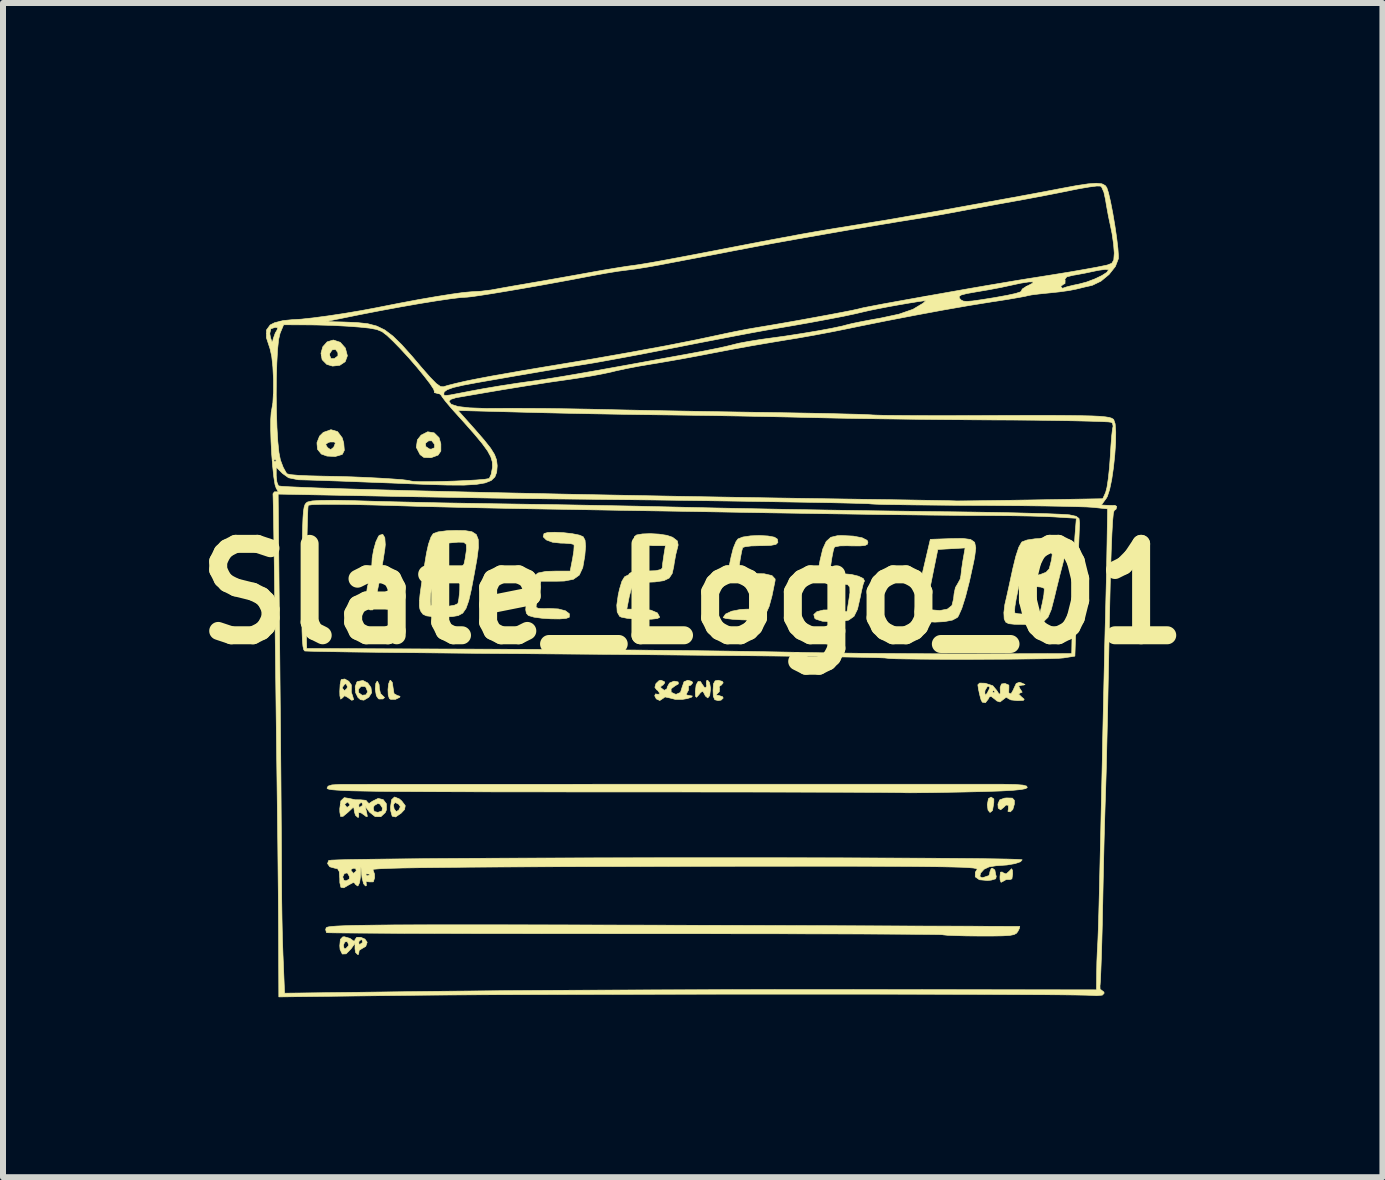
<source format=kicad_pcb>
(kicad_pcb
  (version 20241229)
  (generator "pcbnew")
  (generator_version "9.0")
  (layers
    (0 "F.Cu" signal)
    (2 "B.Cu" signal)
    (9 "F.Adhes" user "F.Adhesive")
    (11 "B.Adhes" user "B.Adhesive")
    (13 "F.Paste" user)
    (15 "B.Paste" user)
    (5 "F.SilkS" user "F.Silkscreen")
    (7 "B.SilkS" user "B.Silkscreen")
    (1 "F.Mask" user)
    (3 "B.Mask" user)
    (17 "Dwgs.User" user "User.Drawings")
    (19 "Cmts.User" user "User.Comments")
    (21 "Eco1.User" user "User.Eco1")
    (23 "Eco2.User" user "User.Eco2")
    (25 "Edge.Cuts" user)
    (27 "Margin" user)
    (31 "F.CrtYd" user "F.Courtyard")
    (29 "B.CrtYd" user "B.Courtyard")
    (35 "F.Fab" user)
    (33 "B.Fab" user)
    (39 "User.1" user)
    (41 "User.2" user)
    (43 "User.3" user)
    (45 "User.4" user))
  (footprint "Slate_Logo_01"
    (layer "F.Cu")
    (at 8.498 6.851)
    (property "Reference" "Slate_Logo_01" (at 0 0 0) (layer "F.SilkS") (effects (font (size 1.524 1.524) (thickness 0.3))))
    (attr through_hole)
    (fp_poly (pts (xy 5.02 3.418) (xy 5.019 3.482) (xy 5.004 3.571) (xy 4.998 3.609) (xy 4.962 3.64) (xy 4.953 3.641) (xy 4.923 3.604) (xy 4.911 3.515) (xy 4.911 3.514) (xy 4.93 3.413) (xy 4.974 3.387) (xy 5.02 3.418)) (stroke (width 0.01) (type solid)) (fill yes) (layer "F.SilkS"))
    (fp_poly (pts (xy -5.255 1.457) (xy -5.228 1.512) (xy -5.224 1.576) (xy -5.205 1.661) (xy -5.168 1.697) (xy -5.137 1.727) (xy -5.164 1.751) (xy -5.226 1.752) (xy -5.239 1.748) (xy -5.274 1.697) (xy -5.291 1.597) (xy -5.292 1.581) (xy -5.283 1.491) (xy -5.261 1.455) (xy -5.255 1.457)) (stroke (width 0.01) (type solid)) (fill yes) (layer "F.SilkS"))
    (fp_poly (pts (xy 5.33 4.607) (xy 5.333 4.67) (xy 5.321 4.75) (xy 5.29 4.761) (xy 5.225 4.762) (xy 5.184 4.785) (xy 5.14 4.808) (xy 5.124 4.767) (xy 5.122 4.717) (xy 5.13 4.639) (xy 5.158 4.635) (xy 5.172 4.647) (xy 5.224 4.669) (xy 5.276 4.623) (xy 5.315 4.581) (xy 5.33 4.607)) (stroke (width 0.01) (type solid)) (fill yes) (layer "F.SilkS"))
    (fp_poly (pts (xy -5.008 1.476) (xy -4.995 1.565) (xy -4.995 1.566) (xy -4.979 1.663) (xy -4.926 1.693) (xy -4.925 1.693) (xy -4.879 1.707) (xy -4.884 1.723) (xy -4.954 1.757) (xy -5.033 1.758) (xy -5.056 1.746) (xy -5.076 1.687) (xy -5.08 1.594) (xy -5.07 1.501) (xy -5.048 1.444) (xy -5.038 1.439) (xy -5.008 1.476)) (stroke (width 0.01) (type solid)) (fill yes) (layer "F.SilkS"))
    (fp_poly (pts (xy 5.329 3.404) (xy 5.362 3.441) (xy 5.362 3.504) (xy 5.336 3.593) (xy 5.295 3.633) (xy 5.255 3.626) (xy 5.262 3.583) (xy 5.263 3.524) (xy 5.222 3.519) (xy 5.186 3.556) (xy 5.133 3.599) (xy 5.093 3.571) (xy 5.088 3.503) (xy 5.118 3.433) (xy 5.199 3.404) (xy 5.236 3.401) (xy 5.329 3.404)) (stroke (width 0.01) (type solid)) (fill yes) (layer "F.SilkS"))
    (fp_poly (pts (xy 0.492 1.457) (xy 0.508 1.482) (xy 0.475 1.522) (xy 0.463 1.524) (xy 0.439 1.551) (xy 0.447 1.571) (xy 0.443 1.63) (xy 0.418 1.655) (xy 0.387 1.685) (xy 0.434 1.693) (xy 0.497 1.713) (xy 0.508 1.736) (xy 0.473 1.77) (xy 0.423 1.778) (xy 0.368 1.764) (xy 0.343 1.706) (xy 0.339 1.609) (xy 0.346 1.498) (xy 0.374 1.449) (xy 0.423 1.439) (xy 0.492 1.457)) (stroke (width 0.01) (type solid)) (fill yes) (layer "F.SilkS"))
    (fp_poly (pts (xy -4.891 3.417) (xy -4.85 3.453) (xy -4.792 3.53) (xy -4.804 3.594) (xy -4.861 3.655) (xy -4.953 3.718) (xy -5.01 3.705) (xy -5.035 3.615) (xy -5.038 3.556) (xy -5.032 3.513) (xy -4.99 3.513) (xy -4.978 3.582) (xy -4.943 3.629) (xy -4.901 3.605) (xy -4.874 3.548) (xy -4.901 3.506) (xy -4.961 3.476) (xy -4.99 3.513) (xy -5.032 3.513) (xy -5.021 3.432) (xy -4.971 3.385) (xy -4.891 3.417)) (stroke (width 0.01) (type solid)) (fill yes) (layer "F.SilkS"))
    (fp_poly (pts (xy -5.876 -4.195) (xy -5.791 -4.099) (xy -5.757 -3.97) (xy -5.793 -3.872) (xy -5.884 -3.811) (xy -6.004 -3.798) (xy -6.101 -3.827) (xy -6.178 -3.905) (xy -6.191 -3.979) (xy -6.054 -3.979) (xy -6.03 -3.923) (xy -5.974 -3.923) (xy -5.914 -3.97) (xy -5.915 -4.022) (xy -5.955 -4.076) (xy -6.011 -4.068) (xy -6.05 -4.01) (xy -6.054 -3.979) (xy -6.191 -3.979) (xy -6.197 -4.012) (xy -6.167 -4.12) (xy -6.094 -4.202) (xy -5.992 -4.233) (xy -5.876 -4.195)) (stroke (width 0.01) (type solid)) (fill yes) (layer "F.SilkS"))
    (fp_poly (pts (xy -5.418 1.484) (xy -5.364 1.56) (xy -5.352 1.647) (xy -5.4 1.722) (xy -5.482 1.771) (xy -5.538 1.763) (xy -5.58 1.727) (xy -5.62 1.646) (xy -5.624 1.589) (xy -5.573 1.589) (xy -5.569 1.647) (xy -5.511 1.689) (xy -5.447 1.682) (xy -5.419 1.632) (xy -5.447 1.559) (xy -5.465 1.543) (xy -5.528 1.541) (xy -5.573 1.589) (xy -5.624 1.589) (xy -5.627 1.546) (xy -5.599 1.47) (xy -5.588 1.46) (xy -5.498 1.443) (xy -5.418 1.484)) (stroke (width 0.01) (type solid)) (fill yes) (layer "F.SilkS"))
    (fp_poly (pts (xy 0.28 1.477) (xy 0.296 1.568) (xy 0.296 1.587) (xy 0.283 1.694) (xy 0.251 1.734) (xy 0.211 1.701) (xy 0.194 1.666) (xy 0.168 1.621) (xy 0.132 1.643) (xy 0.106 1.676) (xy 0.064 1.724) (xy 0.047 1.708) (xy 0.044 1.622) (xy 0.057 1.518) (xy 0.09 1.459) (xy 0.13 1.461) (xy 0.153 1.5) (xy 0.194 1.558) (xy 0.215 1.566) (xy 0.234 1.535) (xy 0.227 1.503) (xy 0.229 1.448) (xy 0.249 1.439) (xy 0.28 1.477)) (stroke (width 0.01) (type solid)) (fill yes) (layer "F.SilkS"))
    (fp_poly (pts (xy -4.31 -2.685) (xy -4.229 -2.605) (xy -4.199 -2.502) (xy -4.199 -2.381) (xy -4.245 -2.314) (xy -4.354 -2.274) (xy -4.365 -2.271) (xy -4.481 -2.275) (xy -4.545 -2.322) (xy -4.608 -2.444) (xy -4.598 -2.511) (xy -4.457 -2.511) (xy -4.449 -2.456) (xy -4.391 -2.417) (xy -4.36 -2.413) (xy -4.304 -2.437) (xy -4.304 -2.493) (xy -4.351 -2.553) (xy -4.403 -2.552) (xy -4.457 -2.511) (xy -4.598 -2.511) (xy -4.59 -2.568) (xy -4.528 -2.647) (xy -4.418 -2.703) (xy -4.31 -2.685)) (stroke (width 0.01) (type solid)) (fill yes) (layer "F.SilkS"))
    (fp_poly (pts (xy -5.133 -0.937) (xy -5.125 -0.821) (xy -5.132 -0.751) (xy -5.159 -0.576) (xy -5.193 -0.38) (xy -5.23 -0.182) (xy -5.267 0.001) (xy -5.299 0.149) (xy -5.324 0.243) (xy -5.334 0.266) (xy -5.38 0.267) (xy -5.414 0.238) (xy -5.44 0.156) (xy -5.443 0.027) (xy -5.424 -0.115) (xy -5.39 -0.237) (xy -5.349 -0.301) (xy -5.315 -0.363) (xy -5.333 -0.401) (xy -5.35 -0.473) (xy -5.344 -0.595) (xy -5.319 -0.736) (xy -5.282 -0.868) (xy -5.238 -0.961) (xy -5.223 -0.978) (xy -5.167 -0.993) (xy -5.133 -0.937)) (stroke (width 0.01) (type solid)) (fill yes) (layer "F.SilkS"))
    (fp_poly (pts (xy -5.921 -2.706) (xy -5.843 -2.602) (xy -5.818 -2.516) (xy -5.808 -2.394) (xy -5.84 -2.329) (xy -5.847 -2.324) (xy -5.96 -2.291) (xy -6.097 -2.298) (xy -6.191 -2.332) (xy -6.255 -2.411) (xy -6.262 -2.492) (xy -6.12 -2.492) (xy -6.089 -2.441) (xy -6.088 -2.44) (xy -6.037 -2.405) (xy -5.989 -2.442) (xy -5.983 -2.45) (xy -5.958 -2.513) (xy -5.973 -2.533) (xy -6.046 -2.533) (xy -6.078 -2.523) (xy -6.12 -2.492) (xy -6.262 -2.492) (xy -6.264 -2.521) (xy -6.221 -2.631) (xy -6.158 -2.693) (xy -6.031 -2.738) (xy -5.921 -2.706)) (stroke (width 0.01) (type solid)) (fill yes) (layer "F.SilkS"))
    (fp_poly (pts (xy -5.734 1.456) (xy -5.691 1.516) (xy -5.69 1.551) (xy -5.692 1.638) (xy -5.671 1.696) (xy -5.652 1.763) (xy -5.685 1.773) (xy -5.751 1.725) (xy -5.803 1.697) (xy -5.843 1.736) (xy -5.869 1.754) (xy -5.882 1.698) (xy -5.884 1.626) (xy -5.881 1.569) (xy -5.842 1.569) (xy -5.81 1.608) (xy -5.8 1.609) (xy -5.763 1.574) (xy -5.757 1.543) (xy -5.778 1.499) (xy -5.8 1.503) (xy -5.84 1.557) (xy -5.842 1.569) (xy -5.881 1.569) (xy -5.878 1.511) (xy -5.863 1.436) (xy -5.858 1.427) (xy -5.801 1.418) (xy -5.734 1.456)) (stroke (width 0.01) (type solid)) (fill yes) (layer "F.SilkS"))
    (fp_poly (pts (xy -5.714 5.742) (xy -5.681 5.766) (xy -5.639 5.795) (xy -5.63 5.763) (xy -5.6 5.724) (xy -5.534 5.724) (xy -5.464 5.754) (xy -5.427 5.807) (xy -5.451 5.876) (xy -5.502 5.905) (xy -5.561 5.942) (xy -5.565 5.972) (xy -5.571 6.009) (xy -5.586 6.011) (xy -5.621 5.976) (xy -5.63 5.917) (xy -5.63 5.823) (xy -5.696 5.917) (xy -5.778 6) (xy -5.842 6.003) (xy -5.879 5.928) (xy -5.884 5.863) (xy -5.883 5.855) (xy -5.824 5.855) (xy -5.812 5.911) (xy -5.786 5.915) (xy -5.739 5.866) (xy -5.736 5.849) (xy -5.756 5.8) (xy -5.567 5.8) (xy -5.563 5.839) (xy -5.548 5.842) (xy -5.505 5.811) (xy -5.503 5.8) (xy -5.518 5.758) (xy -5.522 5.757) (xy -5.558 5.787) (xy -5.567 5.8) (xy -5.756 5.8) (xy -5.758 5.795) (xy -5.8 5.802) (xy -5.824 5.855) (xy -5.883 5.855) (xy -5.874 5.759) (xy -5.835 5.718) (xy -5.808 5.715) (xy -5.714 5.742)) (stroke (width 0.01) (type solid)) (fill yes) (layer "F.SilkS"))
    (fp_poly (pts (xy 4.632 -0.908) (xy 4.7 -0.86) (xy 4.719 -0.766) (xy 4.7 -0.617) (xy 4.682 -0.525) (xy 4.613 -0.21) (xy 4.547 0.048) (xy 4.485 0.243) (xy 4.43 0.366) (xy 4.412 0.392) (xy 4.33 0.436) (xy 4.195 0.462) (xy 4.037 0.47) (xy 3.885 0.46) (xy 3.767 0.43) (xy 3.724 0.4) (xy 3.705 0.361) (xy 3.701 0.296) (xy 3.711 0.203) (xy 3.911 0.203) (xy 3.919 0.24) (xy 3.94 0.257) (xy 3.967 0.264) (xy 4.119 0.277) (xy 4.245 0.253) (xy 4.319 0.195) (xy 4.323 0.186) (xy 4.349 0.079) (xy 4.357 -0.002) (xy 4.379 -0.106) (xy 4.413 -0.163) (xy 4.459 -0.247) (xy 4.471 -0.309) (xy 4.482 -0.41) (xy 4.502 -0.545) (xy 4.509 -0.584) (xy 4.541 -0.767) (xy 4.086 -0.741) (xy 4.017 -0.402) (xy 3.968 -0.158) (xy 3.934 0.016) (xy 3.915 0.132) (xy 3.911 0.203) (xy 3.711 0.203) (xy 3.713 0.192) (xy 3.742 0.037) (xy 3.791 -0.183) (xy 3.815 -0.288) (xy 3.961 -0.91) (xy 4.302 -0.922) (xy 4.503 -0.925) (xy 4.632 -0.908)) (stroke (width 0.01) (type solid)) (fill yes) (layer "F.SilkS"))
    (fp_poly (pts (xy -0.015 1.458) (xy 0 1.482) (xy -0.033 1.522) (xy -0.049 1.524) (xy -0.078 1.541) (xy -0.071 1.552) (xy -0.07 1.603) (xy -0.09 1.637) (xy -0.111 1.682) (xy -0.062 1.693) (xy -0.006 1.702) (xy -0.019 1.721) (xy -0.088 1.744) (xy -0.17 1.758) (xy -0.291 1.758) (xy -0.384 1.734) (xy -0.463 1.717) (xy -0.487 1.736) (xy -0.549 1.777) (xy -0.607 1.75) (xy -0.634 1.698) (xy -0.62 1.666) (xy -0.593 1.672) (xy -0.554 1.671) (xy -0.55 1.657) (xy -0.584 1.607) (xy -0.6 1.599) (xy -0.631 1.557) (xy -0.613 1.495) (xy -0.563 1.447) (xy -0.53 1.439) (xy -0.473 1.462) (xy -0.466 1.482) (xy -0.498 1.522) (xy -0.51 1.524) (xy -0.536 1.55) (xy -0.529 1.566) (xy -0.475 1.607) (xy -0.431 1.584) (xy -0.423 1.55) (xy -0.388 1.486) (xy -0.312 1.454) (xy -0.243 1.467) (xy -0.239 1.5) (xy -0.293 1.531) (xy -0.361 1.582) (xy -0.359 1.639) (xy -0.292 1.671) (xy -0.272 1.672) (xy -0.204 1.642) (xy -0.177 1.556) (xy -0.145 1.464) (xy -0.082 1.439) (xy -0.015 1.458)) (stroke (width 0.01) (type solid)) (fill yes) (layer "F.SilkS"))
    (fp_poly (pts (xy -2.153 -1.021) (xy -2.007 -1.004) (xy -1.888 -0.98) (xy -1.826 -0.953) (xy -1.795 -0.895) (xy -1.786 -0.793) (xy -1.799 -0.635) (xy -1.833 -0.439) (xy -1.891 -0.314) (xy -1.989 -0.244) (xy -2.141 -0.215) (xy -2.26 -0.212) (xy -2.531 -0.212) (xy -2.559 -0.053) (xy -2.583 0.072) (xy -2.606 0.17) (xy -2.608 0.18) (xy -2.611 0.222) (xy -2.574 0.242) (xy -2.479 0.246) (xy -2.401 0.243) (xy -2.242 0.25) (xy -2.122 0.281) (xy -2.056 0.331) (xy -2.058 0.389) (xy -2.111 0.408) (xy -2.223 0.417) (xy -2.366 0.415) (xy -2.516 0.405) (xy -2.647 0.387) (xy -2.732 0.362) (xy -2.742 0.357) (xy -2.773 0.322) (xy -2.784 0.264) (xy -2.776 0.164) (xy -2.749 0.003) (xy -2.711 -0.174) (xy -2.66 -0.287) (xy -2.578 -0.349) (xy -2.446 -0.376) (xy -2.268 -0.381) (xy -2.043 -0.381) (xy -2.002 -0.592) (xy -1.982 -0.716) (xy -1.977 -0.803) (xy -1.982 -0.825) (xy -2.034 -0.838) (xy -2.14 -0.846) (xy -2.203 -0.847) (xy -2.338 -0.862) (xy -2.44 -0.9) (xy -2.493 -0.952) (xy -2.479 -1.006) (xy -2.417 -1.024) (xy -2.299 -1.028) (xy -2.153 -1.021)) (stroke (width 0.01) (type solid)) (fill yes) (layer "F.SilkS"))
    (fp_poly (pts (xy -0.562 -0.997) (xy -0.431 -0.977) (xy -0.337 -0.945) (xy -0.334 -0.943) (xy -0.256 -0.883) (xy -0.243 -0.815) (xy -0.255 -0.766) (xy -0.283 -0.655) (xy -0.309 -0.51) (xy -0.316 -0.459) (xy -0.342 -0.341) (xy -0.392 -0.265) (xy -0.482 -0.221) (xy -0.63 -0.2) (xy -0.778 -0.194) (xy -0.9 -0.187) (xy -0.976 -0.157) (xy -1.022 -0.088) (xy -1.057 0.04) (xy -1.072 0.116) (xy -1.099 0.254) (xy -0.875 0.254) (xy -0.699 0.27) (xy -0.588 0.317) (xy -0.55 0.389) (xy -0.588 0.41) (xy -0.686 0.421) (xy -0.82 0.424) (xy -0.964 0.419) (xy -1.096 0.406) (xy -1.19 0.387) (xy -1.219 0.373) (xy -1.259 0.301) (xy -1.266 0.188) (xy -1.242 0.018) (xy -1.22 -0.081) (xy -1.181 -0.21) (xy -1.136 -0.285) (xy -1.115 -0.296) (xy -1.063 -0.322) (xy -1.058 -0.339) (xy -1.019 -0.361) (xy -0.916 -0.376) (xy -0.783 -0.381) (xy -0.617 -0.387) (xy -0.528 -0.408) (xy -0.508 -0.434) (xy -0.501 -0.508) (xy -0.484 -0.624) (xy -0.481 -0.646) (xy -0.455 -0.804) (xy -0.663 -0.804) (xy -0.839 -0.823) (xy -0.944 -0.876) (xy -0.974 -0.952) (xy -0.936 -0.983) (xy -0.839 -1) (xy -0.706 -1.005) (xy -0.562 -0.997)) (stroke (width 0.01) (type solid)) (fill yes) (layer "F.SilkS"))
    (fp_poly (pts (xy 1.254 -0.966) (xy 1.362 -0.946) (xy 1.411 -0.914) (xy 1.42 -0.859) (xy 1.388 -0.826) (xy 1.3 -0.809) (xy 1.142 -0.804) (xy 1.117 -0.804) (xy 0.976 -0.8) (xy 0.873 -0.787) (xy 0.833 -0.773) (xy 0.817 -0.715) (xy 0.796 -0.604) (xy 0.785 -0.536) (xy 0.756 -0.33) (xy 0.981 -0.339) (xy 1.191 -0.336) (xy 1.321 -0.306) (xy 1.374 -0.249) (xy 1.373 -0.219) (xy 1.322 0.031) (xy 1.274 0.208) (xy 1.221 0.326) (xy 1.152 0.395) (xy 1.058 0.428) (xy 0.928 0.435) (xy 0.815 0.432) (xy 0.666 0.423) (xy 0.557 0.41) (xy 0.509 0.396) (xy 0.508 0.394) (xy 0.547 0.336) (xy 0.649 0.288) (xy 0.792 0.26) (xy 0.873 0.255) (xy 1.001 0.251) (xy 1.069 0.232) (xy 1.101 0.185) (xy 1.117 0.122) (xy 1.142 -0.03) (xy 1.137 -0.117) (xy 1.09 -0.158) (xy 0.992 -0.169) (xy 0.951 -0.169) (xy 0.819 -0.184) (xy 0.696 -0.221) (xy 0.605 -0.27) (xy 0.568 -0.322) (xy 0.573 -0.341) (xy 0.592 -0.399) (xy 0.618 -0.513) (xy 0.64 -0.62) (xy 0.676 -0.762) (xy 0.722 -0.873) (xy 0.755 -0.917) (xy 0.837 -0.949) (xy 0.965 -0.968) (xy 1.113 -0.974) (xy 1.254 -0.966)) (stroke (width 0.01) (type solid)) (fill yes) (layer "F.SilkS"))
    (fp_poly (pts (xy 2.677 -0.964) (xy 2.824 -0.936) (xy 2.907 -0.893) (xy 2.921 -0.863) (xy 2.912 -0.828) (xy 2.873 -0.808) (xy 2.789 -0.8) (xy 2.642 -0.801) (xy 2.576 -0.803) (xy 2.455 -0.801) (xy 2.375 -0.786) (xy 2.359 -0.775) (xy 2.342 -0.716) (xy 2.32 -0.604) (xy 2.31 -0.54) (xy 2.281 -0.339) (xy 2.506 -0.337) (xy 2.643 -0.325) (xy 2.762 -0.296) (xy 2.843 -0.257) (xy 2.864 -0.215) (xy 2.857 -0.204) (xy 2.839 -0.154) (xy 2.813 -0.046) (xy 2.79 0.067) (xy 2.747 0.255) (xy 2.689 0.373) (xy 2.599 0.437) (xy 2.46 0.463) (xy 2.348 0.466) (xy 2.161 0.455) (xy 2.053 0.421) (xy 2.034 0.405) (xy 2.018 0.343) (xy 2.071 0.295) (xy 2.179 0.268) (xy 2.327 0.266) (xy 2.371 0.271) (xy 2.571 0.298) (xy 2.597 0.138) (xy 2.621 -0.019) (xy 2.619 -0.111) (xy 2.583 -0.155) (xy 2.501 -0.168) (xy 2.421 -0.169) (xy 2.284 -0.18) (xy 2.173 -0.208) (xy 2.142 -0.224) (xy 2.103 -0.261) (xy 2.088 -0.313) (xy 2.094 -0.402) (xy 2.121 -0.551) (xy 2.121 -0.552) (xy 2.168 -0.749) (xy 2.225 -0.874) (xy 2.302 -0.944) (xy 2.413 -0.971) (xy 2.478 -0.974) (xy 2.677 -0.964)) (stroke (width 0.01) (type solid)) (fill yes) (layer "F.SilkS"))
    (fp_poly (pts (xy -5.724 3.41) (xy -5.627 3.431) (xy -5.535 3.432) (xy -5.447 3.441) (xy -5.419 3.475) (xy -5.396 3.495) (xy -5.34 3.456) (xy -5.244 3.409) (xy -5.16 3.429) (xy -5.107 3.498) (xy -5.106 3.599) (xy -5.124 3.644) (xy -5.199 3.714) (xy -5.294 3.712) (xy -5.387 3.639) (xy -5.394 3.63) (xy -5.44 3.567) (xy -5.326 3.567) (xy -5.311 3.627) (xy -5.249 3.641) (xy -5.18 3.619) (xy -5.173 3.567) (xy -5.214 3.504) (xy -5.249 3.493) (xy -5.309 3.528) (xy -5.326 3.567) (xy -5.44 3.567) (xy -5.463 3.535) (xy -5.436 3.641) (xy -5.424 3.71) (xy -5.445 3.711) (xy -5.465 3.694) (xy -5.528 3.65) (xy -5.571 3.645) (xy -5.568 3.681) (xy -5.567 3.683) (xy -5.569 3.722) (xy -5.583 3.725) (xy -5.622 3.69) (xy -5.638 3.638) (xy -5.652 3.55) (xy -5.745 3.638) (xy -5.829 3.708) (xy -5.87 3.71) (xy -5.883 3.636) (xy -5.884 3.58) (xy -5.875 3.514) (xy -5.8 3.514) (xy -5.767 3.555) (xy -5.757 3.556) (xy -5.716 3.524) (xy -5.715 3.514) (xy -5.567 3.514) (xy -5.563 3.553) (xy -5.548 3.556) (xy -5.505 3.525) (xy -5.503 3.514) (xy -5.518 3.472) (xy -5.522 3.471) (xy -5.558 3.501) (xy -5.567 3.514) (xy -5.715 3.514) (xy -5.747 3.473) (xy -5.757 3.471) (xy -5.798 3.504) (xy -5.8 3.514) (xy -5.875 3.514) (xy -5.866 3.45) (xy -5.809 3.396) (xy -5.724 3.41)) (stroke (width 0.01) (type solid)) (fill yes) (layer "F.SilkS"))
    (fp_poly (pts (xy 5.482 1.484) (xy 5.54 1.51) (xy 5.519 1.519) (xy 5.488 1.521) (xy 5.434 1.534) (xy 5.454 1.579) (xy 5.461 1.587) (xy 5.492 1.638) (xy 5.458 1.652) (xy 5.456 1.652) (xy 5.433 1.67) (xy 5.48 1.716) (xy 5.526 1.756) (xy 5.513 1.774) (xy 5.428 1.778) (xy 5.406 1.778) (xy 5.305 1.767) (xy 5.252 1.74) (xy 5.249 1.733) (xy 5.225 1.722) (xy 5.181 1.756) (xy 5.123 1.801) (xy 5.072 1.785) (xy 5.034 1.753) (xy 4.973 1.706) (xy 4.943 1.719) (xy 4.928 1.751) (xy 4.88 1.813) (xy 4.828 1.805) (xy 4.807 1.767) (xy 4.786 1.689) (xy 4.776 1.643) (xy 4.869 1.643) (xy 4.876 1.69) (xy 4.905 1.66) (xy 4.911 1.651) (xy 4.921 1.63) (xy 4.995 1.63) (xy 5.016 1.651) (xy 5.038 1.63) (xy 5.016 1.609) (xy 4.995 1.63) (xy 4.921 1.63) (xy 4.947 1.579) (xy 4.952 1.553) (xy 4.926 1.538) (xy 4.911 1.545) (xy 4.874 1.606) (xy 4.869 1.643) (xy 4.776 1.643) (xy 4.765 1.595) (xy 4.753 1.515) (xy 4.783 1.486) (xy 4.876 1.489) (xy 4.876 1.489) (xy 5.002 1.53) (xy 5.068 1.609) (xy 5.109 1.673) (xy 5.128 1.656) (xy 5.125 1.558) (xy 5.148 1.501) (xy 5.206 1.493) (xy 5.27 1.52) (xy 5.271 1.558) (xy 5.268 1.64) (xy 5.278 1.663) (xy 5.309 1.662) (xy 5.348 1.593) (xy 5.352 1.58) (xy 5.393 1.493) (xy 5.444 1.473) (xy 5.482 1.484)) (stroke (width 0.01) (type solid)) (fill yes) (layer "F.SilkS"))
    (fp_poly (pts (xy -3.32 5.516) (xy -2.747 5.517) (xy -2.102 5.518) (xy -1.382 5.52) (xy -0.582 5.522) (xy -0.324 5.523) (xy 0.368 5.525) (xy 1.036 5.527) (xy 1.675 5.529) (xy 2.281 5.531) (xy 2.85 5.533) (xy 3.375 5.535) (xy 3.852 5.537) (xy 4.277 5.538) (xy 4.644 5.539) (xy 4.948 5.541) (xy 5.185 5.542) (xy 5.35 5.542) (xy 5.438 5.543) (xy 5.452 5.543) (xy 5.445 5.577) (xy 5.421 5.625) (xy 5.397 5.657) (xy 5.356 5.679) (xy 5.284 5.693) (xy 5.166 5.7) (xy 4.99 5.703) (xy 4.785 5.703) (xy 4.569 5.701) (xy 4.386 5.696) (xy 4.251 5.691) (xy 4.179 5.684) (xy 4.172 5.682) (xy 4.128 5.679) (xy 4.005 5.677) (xy 3.807 5.675) (xy 3.54 5.673) (xy 3.209 5.671) (xy 2.82 5.669) (xy 2.377 5.668) (xy 1.885 5.667) (xy 1.351 5.665) (xy 0.778 5.665) (xy 0.173 5.664) (xy -0.461 5.664) (xy -0.961 5.664) (xy -1.612 5.663) (xy -2.24 5.663) (xy -2.838 5.662) (xy -3.403 5.662) (xy -3.929 5.66) (xy -4.411 5.659) (xy -4.843 5.658) (xy -5.22 5.656) (xy -5.537 5.654) (xy -5.789 5.652) (xy -5.971 5.65) (xy -6.078 5.648) (xy -6.105 5.646) (xy -6.119 5.597) (xy -6.111 5.567) (xy -6.099 5.558) (xy -6.069 5.55) (xy -6.015 5.543) (xy -5.934 5.537) (xy -5.822 5.532) (xy -5.674 5.527) (xy -5.488 5.524) (xy -5.258 5.521) (xy -4.981 5.518) (xy -4.653 5.517) (xy -4.269 5.516) (xy -3.827 5.516) (xy -3.32 5.516)) (stroke (width 0.01) (type solid)) (fill yes) (layer "F.SilkS"))
    (fp_poly (pts (xy 3.494 3.173) (xy 3.92 3.173) (xy 4.296 3.173) (xy 4.614 3.173) (xy 4.868 3.173) (xy 5.052 3.173) (xy 5.16 3.173) (xy 5.179 3.173) (xy 5.379 3.177) (xy 5.505 3.187) (xy 5.567 3.204) (xy 5.577 3.228) (xy 5.549 3.246) (xy 5.471 3.261) (xy 5.337 3.274) (xy 5.14 3.285) (xy 4.873 3.294) (xy 4.533 3.302) (xy 4.248 3.307) (xy 3.992 3.312) (xy 3.777 3.314) (xy 3.616 3.315) (xy 3.519 3.314) (xy 3.496 3.312) (xy 3.453 3.311) (xy 3.331 3.31) (xy 3.135 3.308) (xy 2.87 3.307) (xy 2.542 3.306) (xy 2.156 3.305) (xy 1.717 3.304) (xy 1.231 3.303) (xy 0.703 3.302) (xy 0.139 3.302) (xy -0.457 3.301) (xy -1.078 3.301) (xy -1.305 3.301) (xy -2.052 3.301) (xy -2.718 3.3) (xy -3.308 3.3) (xy -3.827 3.298) (xy -4.279 3.297) (xy -4.668 3.295) (xy -4.999 3.293) (xy -5.277 3.29) (xy -5.505 3.286) (xy -5.689 3.282) (xy -5.832 3.276) (xy -5.939 3.27) (xy -6.014 3.264) (xy -6.063 3.256) (xy -6.089 3.247) (xy -6.096 3.238) (xy -6.078 3.204) (xy -6.015 3.184) (xy -5.89 3.176) (xy -5.789 3.175) (xy -5.513 3.175) (xy -5.175 3.174) (xy -4.782 3.174) (xy -4.34 3.174) (xy -3.855 3.174) (xy -3.334 3.174) (xy -2.782 3.174) (xy -2.207 3.174) (xy -1.613 3.173) (xy -1.008 3.173) (xy -0.398 3.173) (xy 0.211 3.173) (xy 0.813 3.173) (xy 1.401 3.173) (xy 1.97 3.173) (xy 2.512 3.173) (xy 3.022 3.173) (xy 3.494 3.173)) (stroke (width 0.01) (type solid)) (fill yes) (layer "F.SilkS"))
    (fp_poly (pts (xy 6.017 -0.924) (xy 6.142 -0.909) (xy 6.211 -0.881) (xy 6.212 -0.88) (xy 6.229 -0.814) (xy 6.215 -0.691) (xy 6.176 -0.529) (xy 6.122 -0.321) (xy 6.065 -0.091) (xy 6.028 0.064) (xy 5.977 0.261) (xy 5.922 0.39) (xy 5.846 0.464) (xy 5.734 0.498) (xy 5.567 0.508) (xy 5.523 0.508) (xy 5.363 0.506) (xy 5.268 0.496) (xy 5.22 0.472) (xy 5.197 0.428) (xy 5.192 0.413) (xy 5.187 0.31) (xy 5.189 0.296) (xy 5.365 0.296) (xy 5.37 0.318) (xy 5.421 0.33) (xy 5.527 0.338) (xy 5.588 0.339) (xy 5.785 0.339) (xy 5.831 0.138) (xy 5.854 0.015) (xy 5.861 -0.073) (xy 5.857 -0.095) (xy 5.806 -0.114) (xy 5.701 -0.125) (xy 5.636 -0.127) (xy 5.435 -0.127) (xy 5.392 0.085) (xy 5.371 0.209) (xy 5.365 0.296) (xy 5.189 0.296) (xy 5.203 0.177) (xy 5.21 0.148) (xy 5.237 0.03) (xy 5.275 -0.141) (xy 5.317 -0.336) (xy 5.322 -0.358) (xy 5.513 -0.358) (xy 5.536 -0.306) (xy 5.607 -0.294) (xy 5.742 -0.312) (xy 5.793 -0.323) (xy 5.89 -0.361) (xy 5.942 -0.417) (xy 5.943 -0.418) (xy 5.982 -0.57) (xy 5.993 -0.658) (xy 5.967 -0.702) (xy 5.899 -0.719) (xy 5.817 -0.727) (xy 5.69 -0.729) (xy 5.611 -0.699) (xy 5.563 -0.62) (xy 5.528 -0.476) (xy 5.524 -0.454) (xy 5.513 -0.358) (xy 5.322 -0.358) (xy 5.335 -0.419) (xy 5.386 -0.627) (xy 5.436 -0.779) (xy 5.483 -0.862) (xy 5.49 -0.868) (xy 5.573 -0.899) (xy 5.706 -0.919) (xy 5.863 -0.927) (xy 6.017 -0.924)) (stroke (width 0.01) (type solid)) (fill yes) (layer "F.SilkS"))
    (fp_poly (pts (xy -3.791 -1.055) (xy -3.679 -1.036) (xy -3.608 -0.99) (xy -3.575 -0.907) (xy -3.572 -0.775) (xy -3.597 -0.582) (xy -3.642 -0.331) (xy -3.691 -0.072) (xy -3.734 0.114) (xy -3.779 0.241) (xy -3.834 0.32) (xy -3.909 0.361) (xy -4.011 0.378) (xy -4.15 0.381) (xy -4.169 0.381) (xy -4.335 0.378) (xy -4.437 0.366) (xy -4.495 0.34) (xy -4.53 0.295) (xy -4.531 0.293) (xy -4.548 0.253) (xy -4.557 0.201) (xy -4.556 0.125) (xy -4.555 0.112) (xy -4.374 0.112) (xy -4.369 0.184) (xy -4.365 0.193) (xy -4.305 0.211) (xy -4.198 0.215) (xy -4.076 0.206) (xy -3.972 0.188) (xy -3.916 0.162) (xy -3.914 0.159) (xy -3.899 0.084) (xy -3.886 -0.033) (xy -3.884 -0.058) (xy -3.883 -0.164) (xy -3.91 -0.214) (xy -3.984 -0.234) (xy -4.01 -0.237) (xy -4.184 -0.236) (xy -4.297 -0.182) (xy -4.356 -0.07) (xy -4.368 -0.001) (xy -4.374 0.112) (xy -4.555 0.112) (xy -4.546 0.012) (xy -4.524 -0.148) (xy -4.49 -0.367) (xy -4.481 -0.421) (xy -4.288 -0.421) (xy -4.053 -0.428) (xy -3.919 -0.435) (xy -3.847 -0.453) (xy -3.813 -0.497) (xy -3.795 -0.58) (xy -3.794 -0.588) (xy -3.771 -0.74) (xy -3.774 -0.825) (xy -3.816 -0.861) (xy -3.909 -0.863) (xy -3.99 -0.856) (xy -4.116 -0.843) (xy -4.202 -0.832) (xy -4.223 -0.827) (xy -4.234 -0.784) (xy -4.251 -0.685) (xy -4.26 -0.62) (xy -4.288 -0.421) (xy -4.481 -0.421) (xy -4.442 -0.657) (xy -4.439 -0.677) (xy -4.405 -0.829) (xy -4.363 -0.949) (xy -4.326 -1.005) (xy -4.246 -1.034) (xy -4.102 -1.053) (xy -3.949 -1.058) (xy -3.791 -1.055)) (stroke (width 0.01) (type solid)) (fill yes) (layer "F.SilkS"))
    (fp_poly (pts (xy 1.368 4.398) (xy 1.942 4.399) (xy 2.494 4.4) (xy 3.018 4.402) (xy 3.508 4.404) (xy 3.957 4.406) (xy 4.361 4.409) (xy 4.713 4.412) (xy 5.006 4.416) (xy 5.236 4.42) (xy 5.396 4.425) (xy 5.48 4.43) (xy 5.492 4.433) (xy 5.464 4.465) (xy 5.372 4.496) (xy 5.236 4.519) (xy 5.077 4.53) (xy 5.059 4.531) (xy 4.941 4.55) (xy 4.858 4.589) (xy 4.799 4.654) (xy 4.786 4.71) (xy 4.821 4.732) (xy 4.851 4.725) (xy 4.918 4.702) (xy 4.935 4.699) (xy 4.951 4.664) (xy 4.953 4.636) (xy 4.976 4.579) (xy 4.995 4.572) (xy 5.036 4.602) (xy 5.038 4.611) (xy 5.052 4.683) (xy 5.06 4.708) (xy 5.051 4.749) (xy 4.976 4.771) (xy 4.911 4.777) (xy 4.779 4.765) (xy 4.71 4.716) (xy 4.711 4.64) (xy 4.74 4.594) (xy 4.74 4.585) (xy 4.72 4.577) (xy 4.677 4.569) (xy 4.605 4.563) (xy 4.501 4.557) (xy 4.36 4.553) (xy 4.179 4.549) (xy 3.953 4.546) (xy 3.677 4.543) (xy 3.348 4.541) (xy 2.962 4.54) (xy 2.513 4.539) (xy 1.998 4.539) (xy 1.413 4.54) (xy 0.754 4.54) (xy 0.015 4.541) (xy -0.289 4.542) (xy -1.138 4.544) (xy -1.905 4.546) (xy -2.589 4.549) (xy -3.194 4.552) (xy -3.72 4.555) (xy -4.169 4.56) (xy -4.542 4.564) (xy -4.842 4.569) (xy -5.069 4.575) (xy -5.225 4.582) (xy -5.312 4.589) (xy -5.332 4.595) (xy -5.305 4.67) (xy -5.303 4.733) (xy -5.325 4.8) (xy -5.389 4.801) (xy -5.391 4.8) (xy -5.447 4.795) (xy -5.443 4.821) (xy -5.441 4.864) (xy -5.456 4.868) (xy -5.487 4.831) (xy -5.511 4.738) (xy -5.515 4.71) (xy -5.519 4.671) (xy -5.447 4.671) (xy -5.441 4.696) (xy -5.419 4.699) (xy -5.384 4.684) (xy -5.39 4.671) (xy -5.441 4.666) (xy -5.447 4.671) (xy -5.519 4.671) (xy -5.531 4.551) (xy -5.539 4.71) (xy -5.553 4.812) (xy -5.58 4.866) (xy -5.588 4.868) (xy -5.629 4.836) (xy -5.63 4.824) (xy -5.659 4.811) (xy -5.724 4.845) (xy -5.816 4.899) (xy -5.865 4.891) (xy -5.883 4.813) (xy -5.884 4.741) (xy -5.886 4.718) (xy -5.835 4.718) (xy -5.814 4.774) (xy -5.779 4.784) (xy -5.725 4.753) (xy -5.723 4.71) (xy -5.758 4.65) (xy -5.807 4.66) (xy -5.835 4.718) (xy -5.886 4.718) (xy -5.892 4.63) (xy -5.914 4.592) (xy -5.697 4.592) (xy -5.694 4.614) (xy -5.658 4.655) (xy -5.652 4.657) (xy -5.618 4.627) (xy -5.609 4.614) (xy -5.619 4.578) (xy -5.652 4.572) (xy -5.697 4.592) (xy -5.914 4.592) (xy -5.921 4.581) (xy -5.967 4.572) (xy -6.05 4.549) (xy -6.088 4.495) (xy -6.069 4.444) (xy -6.022 4.438) (xy -5.897 4.433) (xy -5.699 4.428) (xy -5.434 4.424) (xy -5.109 4.42) (xy -4.729 4.416) (xy -4.301 4.412) (xy -3.829 4.409) (xy -3.32 4.406) (xy -2.781 4.404) (xy -2.216 4.402) (xy -1.632 4.4) (xy -1.035 4.399) (xy -0.43 4.398) (xy 0.176 4.398) (xy 0.777 4.398) (xy 1.368 4.398)) (stroke (width 0.01) (type solid)) (fill yes) (layer "F.SilkS"))
    (fp_poly (pts (xy -5.661 -1.555) (xy -5.505 -1.55) (xy -5.262 -1.543) (xy -4.95 -1.535) (xy -4.588 -1.527) (xy -4.192 -1.518) (xy -3.779 -1.511) (xy -3.367 -1.504) (xy -3.09 -1.5) (xy -2.694 -1.494) (xy -2.291 -1.488) (xy -1.899 -1.481) (xy -1.532 -1.474) (xy -1.206 -1.468) (xy -0.937 -1.463) (xy -0.783 -1.459) (xy 0.361 -1.433) (xy 1.579 -1.409) (xy 2.86 -1.388) (xy 4.195 -1.37) (xy 4.23 -1.37) (xy 4.627 -1.365) (xy 5.004 -1.359) (xy 5.35 -1.352) (xy 5.657 -1.344) (xy 5.913 -1.337) (xy 6.111 -1.329) (xy 6.24 -1.322) (xy 6.283 -1.318) (xy 6.392 -1.294) (xy 6.44 -1.257) (xy 6.449 -1.182) (xy 6.448 -1.141) (xy 6.444 -1.058) (xy 6.438 -0.904) (xy 6.43 -0.694) (xy 6.421 -0.44) (xy 6.411 -0.157) (xy 6.405 0.021) (xy 6.371 1.037) (xy 6.181 1.067) (xy 6.105 1.073) (xy 5.961 1.078) (xy 5.761 1.082) (xy 5.516 1.085) (xy 5.239 1.088) (xy 4.941 1.089) (xy 4.635 1.09) (xy 4.332 1.09) (xy 4.043 1.089) (xy 3.782 1.087) (xy 3.56 1.084) (xy 3.388 1.081) (xy 3.279 1.076) (xy 3.245 1.072) (xy 3.199 1.067) (xy 3.071 1.062) (xy 2.864 1.057) (xy 2.58 1.052) (xy 2.223 1.046) (xy 1.795 1.04) (xy 1.299 1.034) (xy 0.738 1.028) (xy 0.115 1.022) (xy -0.569 1.015) (xy -1.309 1.008) (xy -2.104 1.002) (xy -2.95 0.995) (xy -2.985 0.995) (xy -3.517 0.991) (xy -4.025 0.986) (xy -4.503 0.981) (xy -4.944 0.977) (xy -5.342 0.972) (xy -5.69 0.968) (xy -5.982 0.963) (xy -6.211 0.959) (xy -6.372 0.955) (xy -6.457 0.952) (xy -6.469 0.951) (xy -6.485 0.929) (xy -6.498 0.871) (xy -6.507 0.77) (xy -6.513 0.616) (xy -6.516 0.403) (xy -6.516 0.332) (xy -6.444 0.332) (xy -6.443 0.523) (xy -6.441 0.656) (xy -6.435 0.91) (xy -3.207 0.922) (xy -2.645 0.925) (xy -2.073 0.928) (xy -1.502 0.932) (xy -0.943 0.936) (xy -0.407 0.942) (xy 0.095 0.947) (xy 0.552 0.953) (xy 0.954 0.959) (xy 1.289 0.965) (xy 1.46 0.968) (xy 1.856 0.976) (xy 2.314 0.984) (xy 2.811 0.99) (xy 3.326 0.994) (xy 3.836 0.997) (xy 4.318 0.999) (xy 4.609 0.999) (xy 6.318 0.995) (xy 6.333 0.169) (xy 6.339 -0.111) (xy 6.347 -0.385) (xy 6.355 -0.632) (xy 6.364 -0.832) (xy 6.371 -0.958) (xy 6.395 -1.261) (xy 6.023 -1.284) (xy 5.862 -1.291) (xy 5.636 -1.298) (xy 5.368 -1.303) (xy 5.077 -1.306) (xy 4.785 -1.308) (xy 4.784 -1.308) (xy 4.581 -1.308) (xy 4.303 -1.311) (xy 3.963 -1.314) (xy 3.571 -1.319) (xy 3.136 -1.324) (xy 2.671 -1.331) (xy 2.185 -1.338) (xy 1.69 -1.346) (xy 1.291 -1.352) (xy 0.779 -1.361) (xy 0.254 -1.37) (xy -0.271 -1.379) (xy -0.784 -1.387) (xy -1.271 -1.395) (xy -1.72 -1.403) (xy -2.117 -1.41) (xy -2.452 -1.415) (xy -2.625 -1.418) (xy -3.007 -1.425) (xy -3.414 -1.433) (xy -3.826 -1.442) (xy -4.217 -1.451) (xy -4.567 -1.46) (xy -4.826 -1.468) (xy -5.275 -1.481) (xy -5.654 -1.49) (xy -5.959 -1.494) (xy -6.188 -1.493) (xy -6.338 -1.489) (xy -6.406 -1.479) (xy -6.41 -1.477) (xy -6.415 -1.432) (xy -6.42 -1.316) (xy -6.425 -1.143) (xy -6.43 -0.926) (xy -6.434 -0.679) (xy -6.438 -0.416) (xy -6.441 -0.151) (xy -6.443 0.103) (xy -6.444 0.332) (xy -6.516 0.332) (xy -6.516 0.122) (xy -6.514 -0.236) (xy -6.514 -0.277) (xy -6.511 -0.629) (xy -6.508 -0.906) (xy -6.503 -1.116) (xy -6.497 -1.271) (xy -6.489 -1.379) (xy -6.477 -1.45) (xy -6.462 -1.493) (xy -6.442 -1.518) (xy -6.419 -1.533) (xy -6.343 -1.55) (xy -6.194 -1.559) (xy -5.967 -1.561) (xy -5.661 -1.555)) (stroke (width 0.01) (type solid)) (fill yes) (layer "F.SilkS"))
    (fp_poly (pts (xy 6.821 -6.837) (xy 6.877 -6.808) (xy 6.903 -6.773) (xy 6.931 -6.687) (xy 6.965 -6.539) (xy 7.002 -6.35) (xy 7.037 -6.143) (xy 7.067 -5.94) (xy 7.088 -5.762) (xy 7.097 -5.632) (xy 7.096 -5.589) (xy 7.046 -5.459) (xy 6.94 -5.325) (xy 6.804 -5.213) (xy 6.662 -5.145) (xy 6.646 -5.141) (xy 6.53 -5.115) (xy 6.396 -5.082) (xy 6.392 -5.081) (xy 6.275 -5.058) (xy 6.109 -5.035) (xy 5.929 -5.016) (xy 5.927 -5.016) (xy 5.771 -5) (xy 5.651 -4.985) (xy 5.588 -4.973) (xy 5.585 -4.972) (xy 5.536 -4.96) (xy 5.419 -4.939) (xy 5.251 -4.91) (xy 5.047 -4.878) (xy 4.991 -4.87) (xy 4.614 -4.809) (xy 4.179 -4.733) (xy 3.71 -4.646) (xy 3.232 -4.554) (xy 2.77 -4.461) (xy 2.582 -4.422) (xy 2.334 -4.372) (xy 2.043 -4.317) (xy 1.749 -4.265) (xy 1.545 -4.232) (xy 1.288 -4.189) (xy 0.983 -4.137) (xy 0.669 -4.08) (xy 0.382 -4.025) (xy 0.36 -4.021) (xy 0.095 -3.97) (xy -0.18 -3.919) (xy -0.438 -3.874) (xy -0.648 -3.838) (xy -0.683 -3.833) (xy -0.896 -3.797) (xy -1.11 -3.756) (xy -1.289 -3.717) (xy -1.339 -3.704) (xy -1.486 -3.672) (xy -1.688 -3.634) (xy -1.913 -3.598) (xy -2.074 -3.574) (xy -2.375 -3.531) (xy -2.748 -3.473) (xy -3.179 -3.403) (xy -3.659 -3.321) (xy -3.948 -3.271) (xy -4.032 -3.244) (xy -4.064 -3.211) (xy -4.026 -3.161) (xy -3.912 -3.124) (xy -3.72 -3.102) (xy -3.447 -3.092) (xy -3.239 -3.093) (xy -3.026 -3.094) (xy -2.748 -3.093) (xy -2.427 -3.091) (xy -2.082 -3.086) (xy -1.733 -3.08) (xy -1.524 -3.075) (xy -1.206 -3.068) (xy -0.823 -3.06) (xy -0.395 -3.052) (xy 0.058 -3.044) (xy 0.517 -3.036) (xy 0.962 -3.029) (xy 1.228 -3.025) (xy 1.596 -3.019) (xy 1.942 -3.013) (xy 2.255 -3.007) (xy 2.526 -3) (xy 2.743 -2.995) (xy 2.898 -2.989) (xy 2.979 -2.985) (xy 2.985 -2.984) (xy 3.054 -2.981) (xy 3.199 -2.977) (xy 3.408 -2.975) (xy 3.671 -2.973) (xy 3.979 -2.972) (xy 4.321 -2.972) (xy 4.686 -2.973) (xy 4.741 -2.973) (xy 5.232 -2.975) (xy 5.645 -2.976) (xy 5.987 -2.976) (xy 6.265 -2.974) (xy 6.486 -2.971) (xy 6.658 -2.967) (xy 6.787 -2.961) (xy 6.879 -2.952) (xy 6.943 -2.942) (xy 6.984 -2.929) (xy 7.01 -2.913) (xy 7.018 -2.906) (xy 7.042 -2.836) (xy 7.052 -2.701) (xy 7.05 -2.522) (xy 7.036 -2.318) (xy 7.014 -2.107) (xy 6.985 -1.908) (xy 6.95 -1.741) (xy 6.912 -1.625) (xy 6.897 -1.598) (xy 6.813 -1.482) (xy 6.91 -1.477) (xy 6.999 -1.475) (xy 7.038 -1.477) (xy 7.069 -1.458) (xy 7.057 -1.413) (xy 7.025 -1.389) (xy 7.012 -1.343) (xy 7 -1.214) (xy 6.988 -1.001) (xy 6.976 -0.704) (xy 6.964 -0.323) (xy 6.953 0.143) (xy 6.942 0.678) (xy 6.934 1.112) (xy 6.925 1.54) (xy 6.917 1.951) (xy 6.908 2.333) (xy 6.9 2.675) (xy 6.893 2.965) (xy 6.886 3.192) (xy 6.882 3.323) (xy 6.875 3.525) (xy 6.867 3.793) (xy 6.858 4.111) (xy 6.85 4.459) (xy 6.842 4.82) (xy 6.835 5.177) (xy 6.834 5.186) (xy 6.828 5.508) (xy 6.82 5.806) (xy 6.812 6.067) (xy 6.804 6.28) (xy 6.797 6.435) (xy 6.791 6.519) (xy 6.789 6.53) (xy 6.791 6.591) (xy 6.813 6.604) (xy 6.855 6.637) (xy 6.858 6.657) (xy 6.829 6.688) (xy 6.735 6.697) (xy 6.636 6.692) (xy 6.551 6.689) (xy 6.388 6.686) (xy 6.153 6.683) (xy 5.851 6.681) (xy 5.489 6.679) (xy 5.073 6.677) (xy 4.61 6.675) (xy 4.104 6.674) (xy 3.562 6.673) (xy 2.991 6.672) (xy 2.397 6.672) (xy 1.785 6.672) (xy 1.162 6.672) (xy 0.534 6.672) (xy -0.093 6.673) (xy -0.713 6.674) (xy -1.319 6.675) (xy -1.907 6.676) (xy -2.468 6.678) (xy -2.999 6.68) (xy -3.491 6.682) (xy -3.939 6.685) (xy -4.338 6.688) (xy -4.68 6.691) (xy -4.837 6.693) (xy -6.9 6.718) (xy -6.903 5.91) (xy -6.904 5.649) (xy -6.906 5.324) (xy -6.909 4.955) (xy -6.913 4.563) (xy -6.917 4.169) (xy -6.922 3.793) (xy -6.922 3.789) (xy -6.926 3.46) (xy -6.931 3.063) (xy -6.937 2.616) (xy -6.943 2.134) (xy -6.949 1.635) (xy -6.955 1.135) (xy -6.961 0.652) (xy -6.964 0.428) (xy -6.969 0.019) (xy -6.974 -0.365) (xy -6.979 -0.716) (xy -6.984 -1.024) (xy -6.988 -1.281) (xy -6.992 -1.48) (xy -6.995 -1.611) (xy -6.997 -1.664) (xy -6.911 -1.664) (xy -6.882 1.232) (xy -6.877 1.74) (xy -6.872 2.241) (xy -6.868 2.723) (xy -6.864 3.179) (xy -6.861 3.598) (xy -6.858 3.973) (xy -6.856 4.293) (xy -6.855 4.551) (xy -6.854 4.736) (xy -6.854 4.784) (xy -6.852 5.08) (xy -6.847 5.413) (xy -6.84 5.742) (xy -6.83 6.029) (xy -6.829 6.048) (xy -6.804 6.656) (xy -4.196 6.624) (xy -3.752 6.62) (xy -3.236 6.615) (xy -2.659 6.611) (xy -2.031 6.607) (xy -1.366 6.604) (xy -0.674 6.601) (xy 0.032 6.599) (xy 0.742 6.597) (xy 1.443 6.596) (xy 2.123 6.596) (xy 2.572 6.596) (xy 6.731 6.6) (xy 6.734 6.316) (xy 6.737 6.138) (xy 6.744 5.966) (xy 6.75 5.863) (xy 6.755 5.761) (xy 6.762 5.574) (xy 6.77 5.304) (xy 6.779 4.951) (xy 6.789 4.514) (xy 6.801 3.996) (xy 6.814 3.395) (xy 6.829 2.713) (xy 6.837 2.286) (xy 6.845 1.93) (xy 6.853 1.561) (xy 6.861 1.2) (xy 6.868 0.867) (xy 6.875 0.582) (xy 6.88 0.402) (xy 6.887 0.109) (xy 6.895 -0.213) (xy 6.901 -0.529) (xy 6.906 -0.802) (xy 6.907 -0.847) (xy 6.916 -1.418) (xy 6.665 -1.444) (xy 6.567 -1.45) (xy 6.396 -1.455) (xy 6.161 -1.461) (xy 5.874 -1.466) (xy 5.545 -1.47) (xy 5.185 -1.473) (xy 4.806 -1.476) (xy 4.704 -1.476) (xy 4.332 -1.478) (xy 3.986 -1.481) (xy 3.676 -1.484) (xy 3.41 -1.488) (xy 3.199 -1.491) (xy 3.05 -1.496) (xy 2.974 -1.5) (xy 2.966 -1.501) (xy 2.92 -1.505) (xy 2.796 -1.509) (xy 2.6 -1.514) (xy 2.341 -1.52) (xy 2.024 -1.526) (xy 1.656 -1.532) (xy 1.245 -1.539) (xy 0.796 -1.546) (xy 0.317 -1.553) (xy -0.185 -1.56) (xy -0.704 -1.567) (xy -1.232 -1.573) (xy -1.764 -1.579) (xy -2.292 -1.584) (xy -2.519 -1.587) (xy -2.732 -1.589) (xy -3.016 -1.593) (xy -3.356 -1.598) (xy -3.738 -1.605) (xy -4.148 -1.612) (xy -4.571 -1.619) (xy -4.994 -1.627) (xy -5.096 -1.629) (xy -6.911 -1.664) (xy -6.997 -1.664) (xy -6.997 -1.667) (xy -6.998 -1.668) (xy -6.974 -1.702) (xy -6.946 -1.702) (xy -6.908 -1.702) (xy -6.932 -1.744) (xy -6.941 -1.755) (xy -6.963 -1.82) (xy -6.984 -1.951) (xy -7.001 -2.113) (xy -6.943 -2.113) (xy -6.943 -1.969) (xy -6.932 -1.865) (xy -6.907 -1.804) (xy -6.904 -1.801) (xy -6.852 -1.794) (xy -6.72 -1.786) (xy -6.515 -1.777) (xy -6.24 -1.766) (xy -5.901 -1.755) (xy -5.503 -1.743) (xy -5.051 -1.731) (xy -4.551 -1.718) (xy -4.007 -1.705) (xy -3.425 -1.691) (xy -2.809 -1.678) (xy -2.166 -1.664) (xy -1.5 -1.651) (xy -0.816 -1.638) (xy -0.119 -1.625) (xy 0.585 -1.613) (xy 1.291 -1.601) (xy 1.994 -1.59) (xy 2.54 -1.582) (xy 2.926 -1.576) (xy 3.285 -1.571) (xy 3.608 -1.566) (xy 3.886 -1.561) (xy 4.112 -1.557) (xy 4.276 -1.554) (xy 4.369 -1.551) (xy 4.388 -1.55) (xy 4.431 -1.55) (xy 4.547 -1.551) (xy 4.727 -1.553) (xy 4.96 -1.556) (xy 5.234 -1.56) (xy 5.54 -1.565) (xy 5.616 -1.566) (xy 6.836 -1.587) (xy 6.884 -1.693) (xy 6.906 -1.778) (xy 6.928 -1.924) (xy 6.948 -2.112) (xy 6.96 -2.281) (xy 6.972 -2.475) (xy 6.985 -2.639) (xy 6.998 -2.752) (xy 7.008 -2.796) (xy 6.998 -2.845) (xy 6.979 -2.861) (xy 6.928 -2.868) (xy 6.8 -2.874) (xy 6.606 -2.88) (xy 6.354 -2.886) (xy 6.052 -2.891) (xy 5.71 -2.896) (xy 5.336 -2.899) (xy 5.063 -2.9) (xy 4.616 -2.903) (xy 4.147 -2.907) (xy 3.673 -2.912) (xy 3.212 -2.918) (xy 2.78 -2.924) (xy 2.396 -2.931) (xy 2.076 -2.938) (xy 2.032 -2.939) (xy 1.659 -2.948) (xy 1.23 -2.957) (xy 0.77 -2.966) (xy 0.307 -2.974) (xy -0.132 -2.98) (xy -0.423 -2.984) (xy -0.82 -2.989) (xy -1.257 -2.996) (xy -1.708 -3.004) (xy -2.146 -3.013) (xy -2.545 -3.022) (xy -2.813 -3.029) (xy -3.912 -3.058) (xy -3.634 -2.746) (xy -3.477 -2.565) (xy -3.37 -2.43) (xy -3.304 -2.324) (xy -3.27 -2.233) (xy -3.26 -2.143) (xy -3.26 -2.128) (xy -3.268 -2.028) (xy -3.298 -1.95) (xy -3.359 -1.891) (xy -3.46 -1.851) (xy -3.608 -1.826) (xy -3.813 -1.814) (xy -4.083 -1.815) (xy -4.426 -1.825) (xy -4.53 -1.829) (xy -5.058 -1.85) (xy -5.505 -1.867) (xy -5.873 -1.881) (xy -6.164 -1.891) (xy -6.381 -1.898) (xy -6.527 -1.902) (xy -6.574 -1.903) (xy -6.737 -1.936) (xy -6.839 -2.009) (xy -6.943 -2.113) (xy -7.001 -2.113) (xy -7.003 -2.128) (xy -7.01 -2.223) (xy -6.985 -2.223) (xy -6.964 -2.201) (xy -6.943 -2.223) (xy -6.964 -2.244) (xy -6.985 -2.223) (xy -7.01 -2.223) (xy -7.019 -2.332) (xy -7.03 -2.543) (xy -7.036 -2.743) (xy -7.035 -2.911) (xy -7.027 -3.029) (xy -7.021 -3.057) (xy -6.999 -3.188) (xy -6.992 -3.318) (xy -6.943 -3.318) (xy -6.939 -3.04) (xy -6.931 -2.776) (xy -6.917 -2.543) (xy -6.898 -2.358) (xy -6.874 -2.235) (xy -6.874 -2.234) (xy -6.827 -2.11) (xy -6.779 -2.023) (xy -6.76 -2.001) (xy -6.7 -1.988) (xy -6.574 -1.977) (xy -6.399 -1.969) (xy -6.192 -1.964) (xy -6.16 -1.963) (xy -5.936 -1.959) (xy -5.694 -1.952) (xy -5.449 -1.942) (xy -5.216 -1.93) (xy -5.01 -1.917) (xy -4.846 -1.905) (xy -4.74 -1.892) (xy -4.707 -1.884) (xy -4.656 -1.875) (xy -4.539 -1.871) (xy -4.374 -1.871) (xy -4.179 -1.875) (xy -3.973 -1.881) (xy -3.773 -1.89) (xy -3.598 -1.9) (xy -3.467 -1.911) (xy -3.397 -1.923) (xy -3.391 -1.926) (xy -3.36 -1.994) (xy -3.339 -2.105) (xy -3.338 -2.121) (xy -3.341 -2.201) (xy -3.366 -2.285) (xy -3.419 -2.383) (xy -3.509 -2.507) (xy -3.641 -2.666) (xy -3.822 -2.871) (xy -3.904 -2.961) (xy -4.025 -3.096) (xy -4.121 -3.21) (xy -4.179 -3.287) (xy -4.191 -3.31) (xy -4.206 -3.323) (xy -4.149 -3.323) (xy -4.141 -3.31) (xy -4.11 -3.308) (xy -4.04 -3.317) (xy -3.919 -3.34) (xy -3.732 -3.376) (xy -3.697 -3.383) (xy -3.474 -3.424) (xy -3.206 -3.469) (xy -2.934 -3.511) (xy -2.773 -3.534) (xy -2.632 -3.553) (xy -2.484 -3.575) (xy -2.32 -3.601) (xy -2.132 -3.632) (xy -1.91 -3.67) (xy -1.647 -3.716) (xy -1.334 -3.772) (xy -0.963 -3.839) (xy -0.525 -3.919) (xy -0.064 -4.003) (xy 0.163 -4.045) (xy 0.372 -4.087) (xy 0.542 -4.123) (xy 0.653 -4.15) (xy 0.671 -4.155) (xy 0.773 -4.18) (xy 0.934 -4.21) (xy 1.127 -4.241) (xy 1.242 -4.257) (xy 1.541 -4.298) (xy 1.832 -4.343) (xy 2.1 -4.388) (xy 2.326 -4.43) (xy 2.495 -4.466) (xy 2.558 -4.483) (xy 2.654 -4.507) (xy 2.81 -4.539) (xy 3 -4.575) (xy 3.132 -4.598) (xy 3.439 -4.664) (xy 3.672 -4.745) (xy 3.84 -4.846) (xy 3.884 -4.886) (xy 3.853 -4.886) (xy 3.757 -4.873) (xy 3.616 -4.85) (xy 3.446 -4.821) (xy 3.267 -4.789) (xy 3.096 -4.756) (xy 2.953 -4.727) (xy 2.856 -4.705) (xy 2.717 -4.672) (xy 2.51 -4.628) (xy 2.254 -4.579) (xy 1.964 -4.525) (xy 1.658 -4.471) (xy 1.376 -4.423) (xy 1.218 -4.396) (xy 0.993 -4.355) (xy 0.718 -4.303) (xy 0.41 -4.244) (xy 0.084 -4.181) (xy -0.191 -4.127) (xy -0.517 -4.063) (xy -0.841 -4) (xy -1.145 -3.943) (xy -1.413 -3.894) (xy -1.628 -3.855) (xy -1.757 -3.834) (xy -1.983 -3.798) (xy -2.252 -3.754) (xy -2.525 -3.708) (xy -2.688 -3.68) (xy -2.935 -3.638) (xy -3.198 -3.592) (xy -3.44 -3.55) (xy -3.577 -3.526) (xy -3.82 -3.481) (xy -3.989 -3.442) (xy -4.092 -3.405) (xy -4.142 -3.369) (xy -4.149 -3.345) (xy -4.149 -3.323) (xy -4.206 -3.323) (xy -4.226 -3.34) (xy -4.262 -3.344) (xy -4.309 -3.357) (xy -4.305 -3.371) (xy -4.319 -3.414) (xy -4.379 -3.505) (xy -4.476 -3.631) (xy -4.598 -3.78) (xy -4.734 -3.937) (xy -4.875 -4.09) (xy -4.99 -4.208) (xy -5.096 -4.309) (xy -5.18 -4.373) (xy -5.269 -4.409) (xy -5.389 -4.431) (xy -5.553 -4.448) (xy -5.756 -4.463) (xy -6.003 -4.476) (xy -6.254 -4.483) (xy -6.363 -4.485) (xy -6.82 -4.487) (xy -6.879 -4.345) (xy -6.903 -4.243) (xy -6.921 -4.073) (xy -6.933 -3.851) (xy -6.941 -3.594) (xy -6.943 -3.318) (xy -6.992 -3.318) (xy -6.989 -3.37) (xy -6.989 -3.577) (xy -6.999 -3.782) (xy -7.018 -3.96) (xy -7.045 -4.082) (xy -7.048 -4.092) (xy -7.107 -4.272) (xy -7.106 -4.34) (xy -7.051 -4.34) (xy -7.038 -4.272) (xy -7.016 -4.205) (xy -7.002 -4.215) (xy -6.993 -4.255) (xy -6.958 -4.352) (xy -6.933 -4.392) (xy -6.917 -4.436) (xy -6.956 -4.445) (xy -7.033 -4.42) (xy -7.051 -4.34) (xy -7.106 -4.34) (xy -7.106 -4.399) (xy -7.044 -4.484) (xy -6.971 -4.521) (xy -6.896 -4.54) (xy -6.117 -4.54) (xy -5.821 -4.533) (xy -5.598 -4.524) (xy -5.419 -4.505) (xy -5.269 -4.466) (xy -5.133 -4.4) (xy -4.998 -4.298) (xy -4.849 -4.152) (xy -4.672 -3.954) (xy -4.521 -3.775) (xy -4.377 -3.611) (xy -4.275 -3.507) (xy -4.204 -3.457) (xy -4.156 -3.453) (xy -4.155 -3.454) (xy -4.083 -3.476) (xy -3.952 -3.509) (xy -3.787 -3.547) (xy -3.725 -3.56) (xy -3.573 -3.59) (xy -3.357 -3.631) (xy -3.094 -3.677) (xy -2.804 -3.728) (xy -2.506 -3.778) (xy -2.434 -3.79) (xy -1.692 -3.913) (xy -1.032 -4.029) (xy -0.45 -4.136) (xy 0.056 -4.236) (xy 0.489 -4.328) (xy 0.529 -4.337) (xy 0.707 -4.374) (xy 0.92 -4.415) (xy 1.101 -4.446) (xy 1.299 -4.479) (xy 1.531 -4.519) (xy 1.78 -4.563) (xy 2.032 -4.609) (xy 2.271 -4.653) (xy 2.482 -4.693) (xy 2.651 -4.726) (xy 2.761 -4.75) (xy 2.794 -4.759) (xy 2.851 -4.772) (xy 2.98 -4.797) (xy 3.168 -4.833) (xy 3.405 -4.876) (xy 3.678 -4.925) (xy 3.85 -4.956) (xy 4.439 -4.956) (xy 4.45 -4.926) (xy 4.477 -4.898) (xy 4.513 -4.881) (xy 4.571 -4.876) (xy 4.667 -4.884) (xy 4.814 -4.905) (xy 5.028 -4.939) (xy 5.072 -4.947) (xy 5.248 -4.979) (xy 5.384 -5.009) (xy 5.464 -5.035) (xy 5.478 -5.049) (xy 5.493 -5.082) (xy 5.551 -5.12) (xy 6.138 -5.12) (xy 6.164 -5.094) (xy 6.177 -5.099) (xy 6.239 -5.12) (xy 6.353 -5.148) (xy 6.437 -5.165) (xy 6.568 -5.2) (xy 6.703 -5.251) (xy 6.822 -5.308) (xy 6.904 -5.361) (xy 6.93 -5.401) (xy 6.926 -5.407) (xy 6.876 -5.41) (xy 6.773 -5.396) (xy 6.702 -5.382) (xy 6.541 -5.348) (xy 6.385 -5.319) (xy 6.341 -5.312) (xy 6.236 -5.286) (xy 6.204 -5.247) (xy 6.208 -5.227) (xy 6.206 -5.173) (xy 6.185 -5.165) (xy 6.141 -5.133) (xy 6.138 -5.12) (xy 5.551 -5.12) (xy 5.566 -5.129) (xy 5.592 -5.141) (xy 5.67 -5.182) (xy 5.671 -5.202) (xy 5.601 -5.201) (xy 5.466 -5.18) (xy 5.313 -5.147) (xy 5.137 -5.109) (xy 4.925 -5.069) (xy 4.73 -5.036) (xy 4.566 -5.007) (xy 4.473 -4.982) (xy 4.439 -4.956) (xy 3.85 -4.956) (xy 3.975 -4.978) (xy 4.286 -5.033) (xy 4.597 -5.088) (xy 4.898 -5.14) (xy 5.176 -5.187) (xy 5.419 -5.228) (xy 5.617 -5.26) (xy 5.694 -5.272) (xy 5.996 -5.32) (xy 6.28 -5.366) (xy 6.533 -5.41) (xy 6.737 -5.447) (xy 6.878 -5.476) (xy 6.911 -5.483) (xy 6.986 -5.512) (xy 7.019 -5.567) (xy 7.027 -5.675) (xy 7.027 -5.688) (xy 7.016 -5.829) (xy 6.991 -6.005) (xy 6.968 -6.117) (xy 6.93 -6.297) (xy 6.896 -6.482) (xy 6.881 -6.575) (xy 6.854 -6.698) (xy 6.817 -6.781) (xy 6.798 -6.799) (xy 6.735 -6.8) (xy 6.611 -6.784) (xy 6.445 -6.756) (xy 6.324 -6.732) (xy 6.113 -6.689) (xy 5.852 -6.638) (xy 5.576 -6.586) (xy 5.334 -6.542) (xy 5.083 -6.497) (xy 4.823 -6.449) (xy 4.586 -6.406) (xy 4.403 -6.371) (xy 4.201 -6.334) (xy 3.997 -6.298) (xy 3.831 -6.27) (xy 3.81 -6.267) (xy 3.449 -6.209) (xy 3.04 -6.141) (xy 2.604 -6.068) (xy 2.163 -5.991) (xy 1.736 -5.916) (xy 1.347 -5.846) (xy 1.015 -5.784) (xy 0.953 -5.772) (xy 0.71 -5.726) (xy 0.464 -5.678) (xy 0.244 -5.636) (xy 0.085 -5.606) (xy -0.132 -5.565) (xy -0.373 -5.519) (xy -0.55 -5.485) (xy -0.746 -5.45) (xy -0.946 -5.418) (xy -1.099 -5.398) (xy -1.247 -5.379) (xy -1.444 -5.347) (xy -1.655 -5.309) (xy -1.734 -5.294) (xy -1.984 -5.246) (xy -2.26 -5.195) (xy -2.547 -5.143) (xy -2.832 -5.093) (xy -3.102 -5.047) (xy -3.343 -5.007) (xy -3.543 -4.976) (xy -3.687 -4.955) (xy -3.764 -4.947) (xy -3.768 -4.947) (xy -3.868 -4.941) (xy -4.04 -4.92) (xy -4.271 -4.886) (xy -4.549 -4.841) (xy -4.863 -4.786) (xy -5.2 -4.724) (xy -5.55 -4.656) (xy -5.899 -4.585) (xy -5.927 -4.58) (xy -6.117 -4.54) (xy -6.896 -4.54) (xy -6.828 -4.557) (xy -6.675 -4.572) (xy -6.67 -4.572) (xy -6.531 -4.58) (xy -6.328 -4.602) (xy -6.08 -4.635) (xy -5.807 -4.676) (xy -5.528 -4.723) (xy -5.261 -4.773) (xy -5.207 -4.784) (xy -4.881 -4.848) (xy -4.567 -4.907) (xy -4.277 -4.957) (xy -4.025 -4.997) (xy -3.825 -5.025) (xy -3.691 -5.037) (xy -3.671 -5.038) (xy -3.532 -5.046) (xy -3.368 -5.066) (xy -3.315 -5.075) (xy -3.18 -5.1) (xy -2.994 -5.133) (xy -2.789 -5.168) (xy -2.709 -5.182) (xy -2.505 -5.217) (xy -2.251 -5.262) (xy -1.98 -5.31) (xy -1.736 -5.354) (xy -1.507 -5.395) (xy -1.291 -5.431) (xy -1.109 -5.46) (xy -0.985 -5.477) (xy -0.974 -5.478) (xy -0.881 -5.492) (xy -0.718 -5.519) (xy -0.5 -5.558) (xy -0.238 -5.607) (xy 0.052 -5.662) (xy 0.318 -5.713) (xy 0.778 -5.802) (xy 1.168 -5.877) (xy 1.499 -5.939) (xy 1.783 -5.992) (xy 2.031 -6.036) (xy 2.256 -6.074) (xy 2.392 -6.097) (xy 2.557 -6.123) (xy 2.765 -6.157) (xy 2.979 -6.192) (xy 3.027 -6.2) (xy 3.242 -6.235) (xy 3.524 -6.284) (xy 3.855 -6.342) (xy 4.22 -6.406) (xy 4.601 -6.475) (xy 4.982 -6.544) (xy 5.345 -6.61) (xy 5.676 -6.671) (xy 5.956 -6.724) (xy 6.123 -6.756) (xy 6.392 -6.806) (xy 6.59 -6.836) (xy 6.729 -6.846) (xy 6.821 -6.837)) (stroke (width 0.01) (type solid)) (fill yes) (layer "F.SilkS"))
    (fp_poly (pts (xy -7.451 -6.752) (xy -7.472 -6.731) (xy -7.493 -6.752) (xy -7.472 -6.773) (xy -7.451 -6.752)) (stroke (width 0.01) (type solid)) (fill no) (layer "Eco2.User")))
  (gr_rect
    (start -3 -3)
    (end 19.996 16.574)
    (stroke (width 0.1) (type default))
    (fill no)
    (layer "Edge.Cuts")))
</source>
